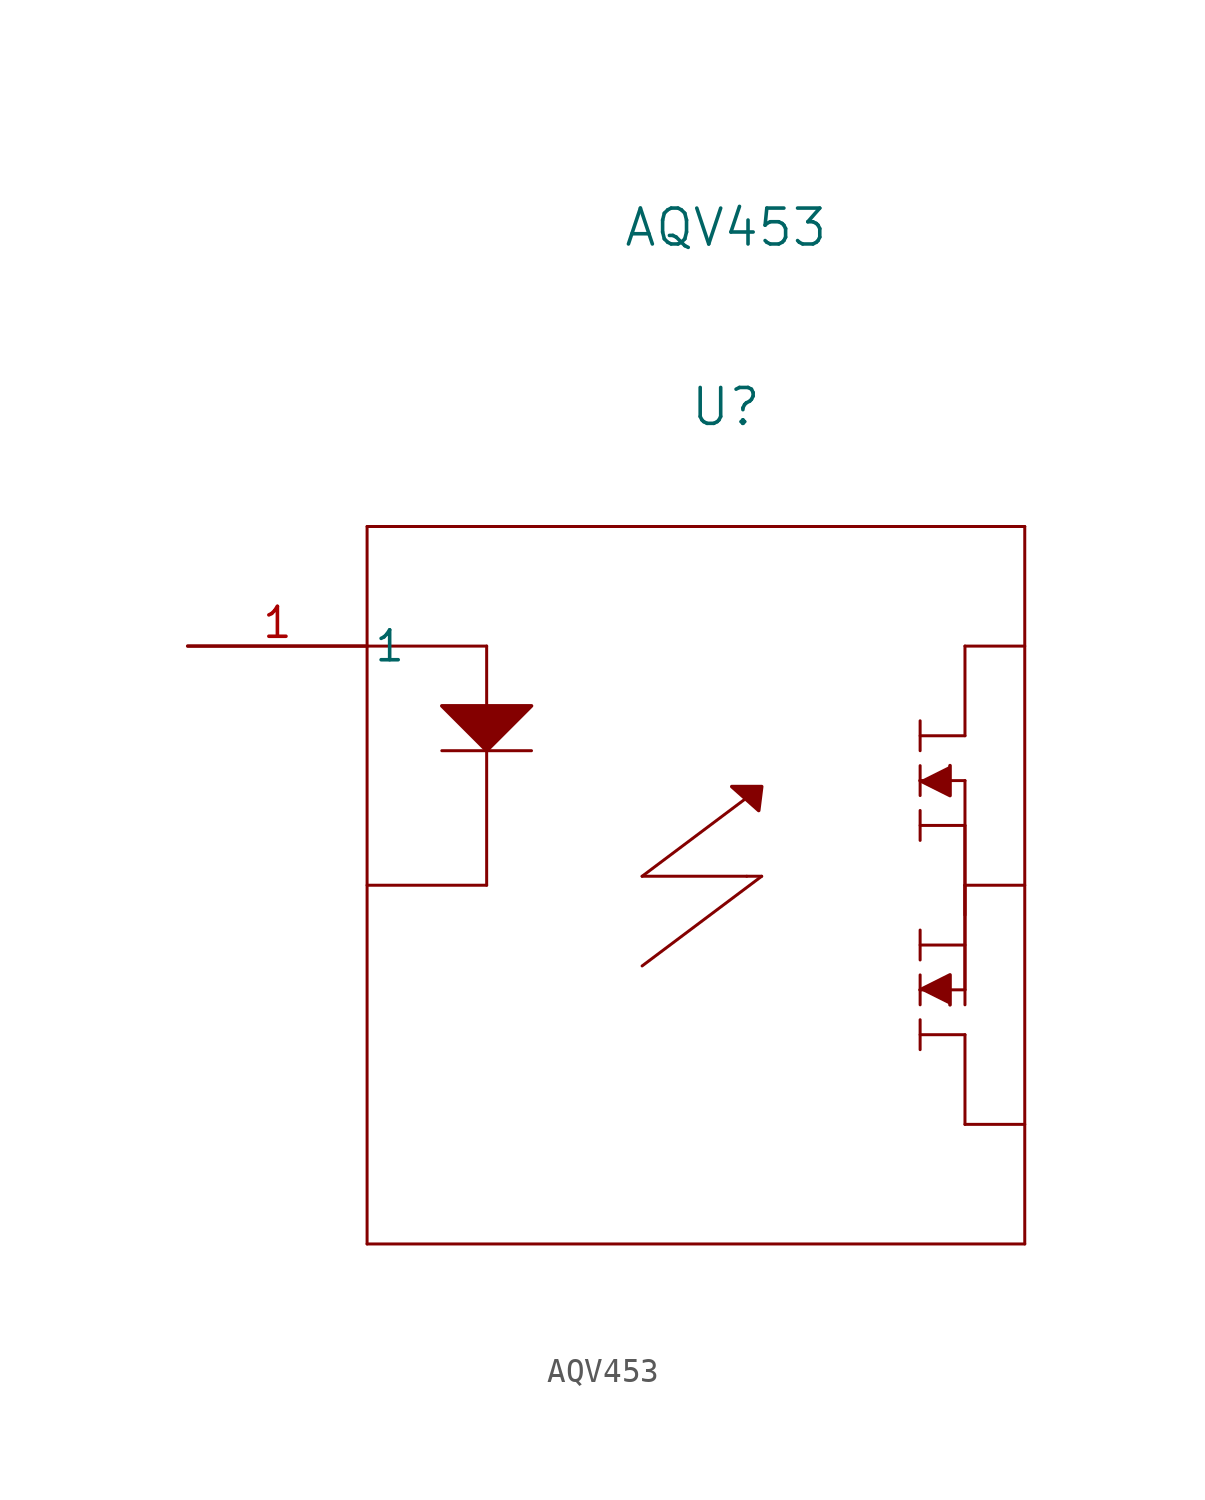
<source format=kicad_sym>
(kicad_symbol_lib
  (version 20211014)
  (generator kicad_symbol_editor)
  (symbol "AQV453"
    (pin_names
      (offset 0.254))
    (property "Reference" "U"
      (at 22.86 10.16 0)
      (effects (font (size 1.524 1.524))))
    (property "Value" "AQV453"
      (at 22.86 17.78 0)
      (effects (font (size 1.524 1.524))))
    (symbol "AQV453_0_1"
      (polyline (pts (xy 33.02 -3.81) (xy 33.02 0)) (stroke (width 0.127) (type default) (color 0 0 0 0)) (fill (type none)))
      (polyline (pts (xy 19.304 -13.589) (xy 24.384 -9.779)) (stroke (width 0.127) (type default) (color 0 0 0 0)) (fill (type none)))
      (polyline (pts (xy 23.749 -9.779) (xy 24.384 -9.779)) (stroke (width 0.127) (type default) (color 0 0 0 0)) (fill (type none)))
      (polyline (pts (xy 23.749 -9.779) (xy 19.304 -9.779)) (stroke (width 0.127) (type default) (color 0 0 0 0)) (fill (type none)))
      (polyline (pts (xy 7.62 5.08) (xy 7.62 -25.4)) (stroke (width 0.127) (type default) (color 0 0 0 0)) (fill (type none)))
      (polyline (pts (xy 12.7 0) (xy 12.7 -10.16)) (stroke (width 0.127) (type default) (color 0 0 0 0)) (fill (type none)))
      (polyline (pts (xy 10.795 -4.445) (xy 14.605 -4.445)) (stroke (width 0.127) (type default) (color 0 0 0 0)) (fill (type none)))
      (polyline (pts (xy 33.02 -16.51) (xy 33.02 -20.32)) (stroke (width 0.127) (type default) (color 0 0 0 0)) (fill (type none)))
      (polyline (pts (xy 31.115 -6.985) (xy 31.115 -8.255)) (stroke (width 0.127) (type default) (color 0 0 0 0)) (fill (type none)))
      (polyline (pts (xy 31.115 -7.62) (xy 33.02 -7.62)) (stroke (width 0.127) (type default) (color 0 0 0 0)) (fill (type none)))
      (polyline (pts (xy 33.02 -7.62) (xy 33.02 -11.43)) (stroke (width 0.127) (type default) (color 0 0 0 0)) (fill (type none)))
      (polyline (pts (xy 33.02 -10.16) (xy 33.02 -5.715)) (stroke (width 0.127) (type default) (color 0 0 0 0)) (fill (type none)))
      (polyline (pts (xy 31.115 -5.715) (xy 33.02 -5.715)) (stroke (width 0.127) (type default) (color 0 0 0 0)) (fill (type none)))
      (polyline (pts (xy 7.62 -25.4) (xy 35.56 -25.4)) (stroke (width 0.127) (type default) (color 0 0 0 0)) (fill (type none)))
      (polyline (pts (xy 35.56 -25.4) (xy 35.56 5.08)) (stroke (width 0.127) (type default) (color 0 0 0 0)) (fill (type none)))
      (polyline (pts (xy 35.56 5.08) (xy 7.62 5.08)) (stroke (width 0.127) (type default) (color 0 0 0 0)) (fill (type none)))
      (polyline (pts (xy 19.304 -9.779) (xy 23.876 -6.35)) (stroke (width 0.127) (type default) (color 0 0 0 0)) (fill (type none)))
      (polyline (pts (xy 31.115 -6.35) (xy 31.115 -5.08)) (stroke (width 0.127) (type default) (color 0 0 0 0)) (fill (type none)))
      (polyline (pts (xy 12.7 0) (xy 7.62 0)) (stroke (width 0.127) (type default) (color 0 0 0 0)) (fill (type none)))
      (polyline (pts (xy 31.115 -4.445) (xy 31.115 -3.175)) (stroke (width 0.127) (type default) (color 0 0 0 0)) (fill (type none)))
      (polyline (pts (xy 14.605 -2.54) (xy 10.795 -2.54) (xy 12.7 -4.445) (xy 14.605 -2.54)) (stroke (width 0) (type default) (color 0 0 0 0)) (fill (type outline)))
      (polyline (pts (xy 24.384 -5.969) (xy 23.114 -5.969) (xy 24.257 -6.985) (xy 24.384 -5.969)) (stroke (width 0) (type default) (color 0 0 0 0)) (fill (type outline)))
      (polyline (pts (xy 31.115 -3.81) (xy 33.02 -3.81)) (stroke (width 0.127) (type default) (color 0 0 0 0)) (fill (type none)))
      (polyline (pts (xy 33.02 0) (xy 35.56 0)) (stroke (width 0.127) (type default) (color 0 0 0 0)) (fill (type none)))
      (polyline (pts (xy 31.115 -13.335) (xy 31.115 -12.065)) (stroke (width 0.127) (type default) (color 0 0 0 0)) (fill (type none)))
      (polyline (pts (xy 31.115 -12.7) (xy 33.02 -12.7)) (stroke (width 0.127) (type default) (color 0 0 0 0)) (fill (type none)))
      (polyline (pts (xy 33.02 -15.24) (xy 33.02 -10.16)) (stroke (width 0.127) (type default) (color 0 0 0 0)) (fill (type none)))
      (polyline (pts (xy 33.02 -10.16) (xy 33.02 -14.605)) (stroke (width 0.127) (type default) (color 0 0 0 0)) (fill (type none)))
      (polyline (pts (xy 31.115 -14.605) (xy 33.02 -14.605)) (stroke (width 0.127) (type default) (color 0 0 0 0)) (fill (type none)))
      (polyline (pts (xy 31.115 -13.97) (xy 31.115 -15.24)) (stroke (width 0.127) (type default) (color 0 0 0 0)) (fill (type none)))
      (polyline (pts (xy 31.115 -15.875) (xy 31.115 -17.145)) (stroke (width 0.127) (type default) (color 0 0 0 0)) (fill (type none)))
      (polyline (pts (xy 31.115 -16.51) (xy 33.02 -16.51)) (stroke (width 0.127) (type default) (color 0 0 0 0)) (fill (type none)))
      (polyline (pts (xy 33.02 -20.32) (xy 35.56 -20.32)) (stroke (width 0.127) (type default) (color 0 0 0 0)) (fill (type none)))
      (polyline (pts (xy 35.56 -10.16) (xy 33.02 -10.16)) (stroke (width 0.127) (type default) (color 0 0 0 0)) (fill (type none)))
      (polyline (pts (xy 31.115 -5.715) (xy 32.385 -6.35) (xy 32.385 -5.08)) (stroke (width 0) (type default) (color 0 0 0 0)) (fill (type outline)))
      (polyline (pts (xy 31.115 -14.605) (xy 32.385 -13.97) (xy 32.385 -15.24)) (stroke (width 0) (type default) (color 0 0 0 0)) (fill (type outline)))
      (polyline (pts (xy 12.7 -10.16) (xy 7.62 -10.16)) (stroke (width 0.127) (type default) (color 0 0 0 0)) (fill (type none)))
      (pin unspecified line (at 0 0 0) (length 7.62) (name "1" (effects (font (size 1.27 1.27)))) (number "1" (effects (font (size 1.27 1.27))))))))
</source>
